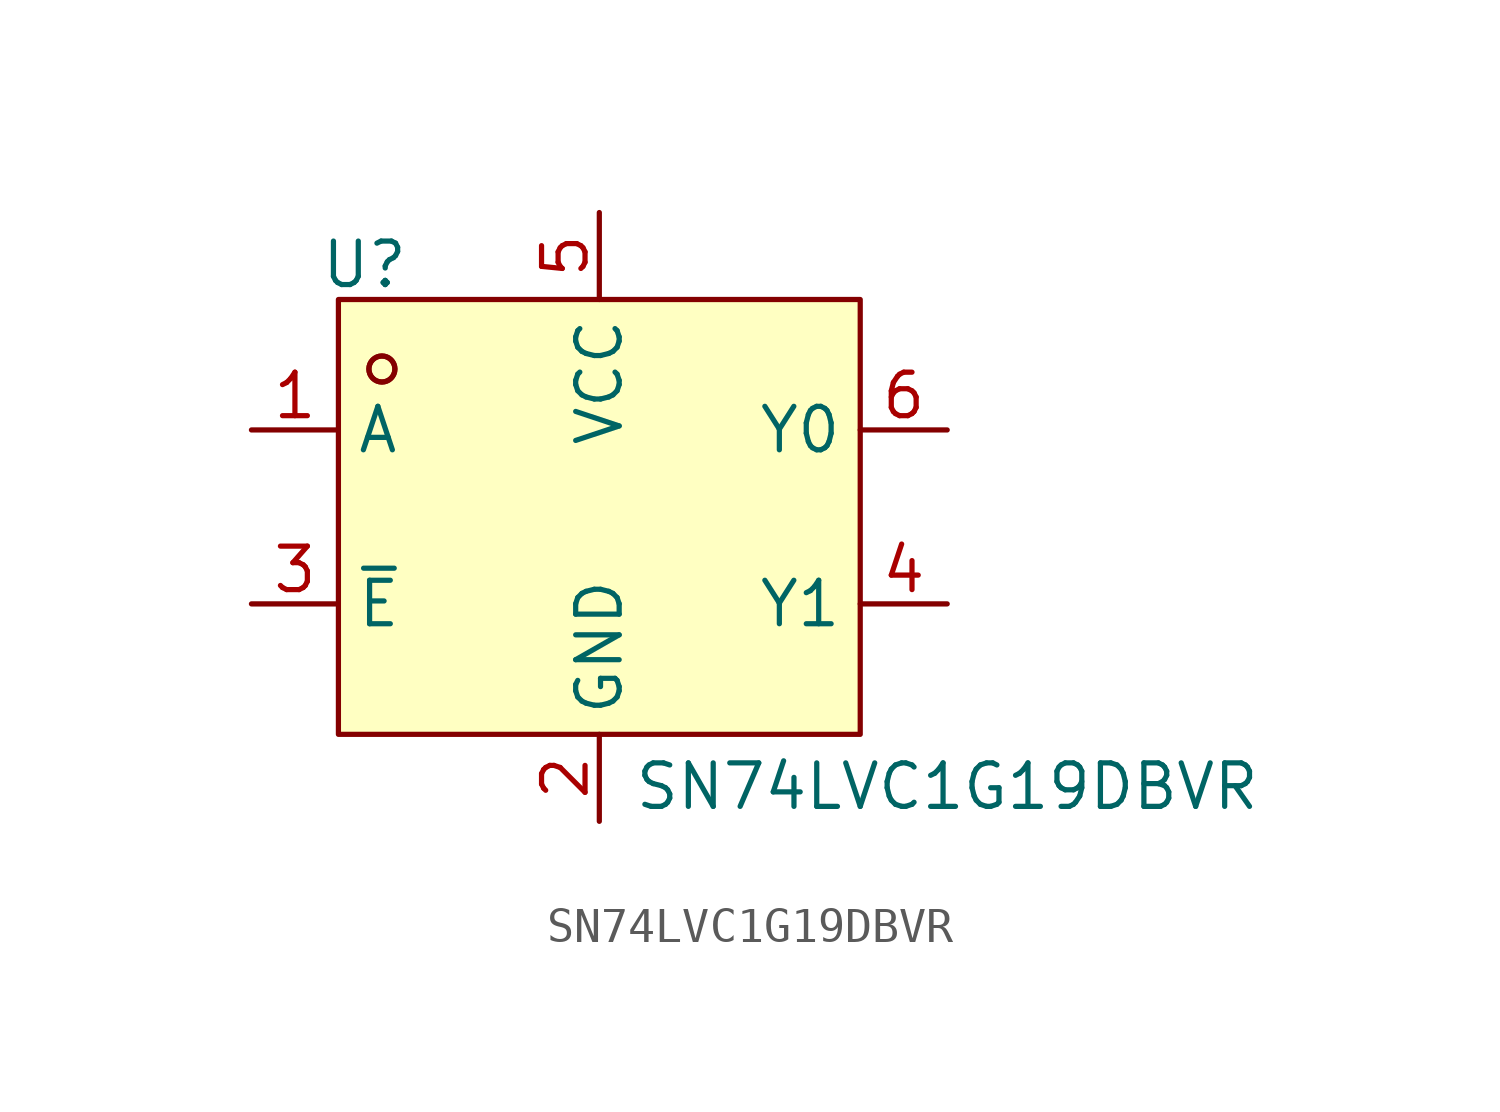
<source format=kicad_sym>
(kicad_symbol_lib
  (version 20241209)
  (generator "kicad_symbol_editor")
  (generator_version "9.0")
  (symbol "SN74LVC1G19DBVR"
    (property "Reference" "U"
      (at -6.858 7.366 0)
      (effects (font (size 1.27 1.27))))
    (property "Value" "SN74LVC1G19DBVR"
      (at 10.16 -7.874 0)
      (effects (font (size 1.27 1.27))))
    (symbol "SN74LVC1G19DBVR_0_1"
      (rectangle (start -7.62 6.35) (end 7.62 -6.35) (stroke (width 0) (type default)) (fill (type background)))
      (circle (center -6.35 4.32) (radius 0.38) (stroke (width 0) (type default)) (fill (type none)))
      (circle (center -6.35 4.32) (radius 0.38) (stroke (width 0) (type default)) (fill (type none)))
      (pin unspecified line (at -10.16 2.54 0) (length 2.54) (name "A" (effects (font (size 1.27 1.27)))) (number "1" (effects (font (size 1.27 1.27)))))
      (pin unspecified line (at -10.16 -2.54 0) (length 2.54) (name "~{E}" (effects (font (size 1.27 1.27)))) (number "3" (effects (font (size 1.27 1.27)))))
      (pin unspecified line (at 0 8.89 270) (length 2.54) (name "VCC" (effects (font (size 1.27 1.27)))) (number "5" (effects (font (size 1.27 1.27)))))
      (pin unspecified line (at 0 -8.89 90) (length 2.54) (name "GND" (effects (font (size 1.27 1.27)))) (number "2" (effects (font (size 1.27 1.27)))))
      (pin unspecified line (at 10.16 2.54 180) (length 2.54) (name "Y0" (effects (font (size 1.27 1.27)))) (number "6" (effects (font (size 1.27 1.27)))))
      (pin unspecified line (at 10.16 -2.54 180) (length 2.54) (name "Y1" (effects (font (size 1.27 1.27)))) (number "4" (effects (font (size 1.27 1.27))))))))
</source>
